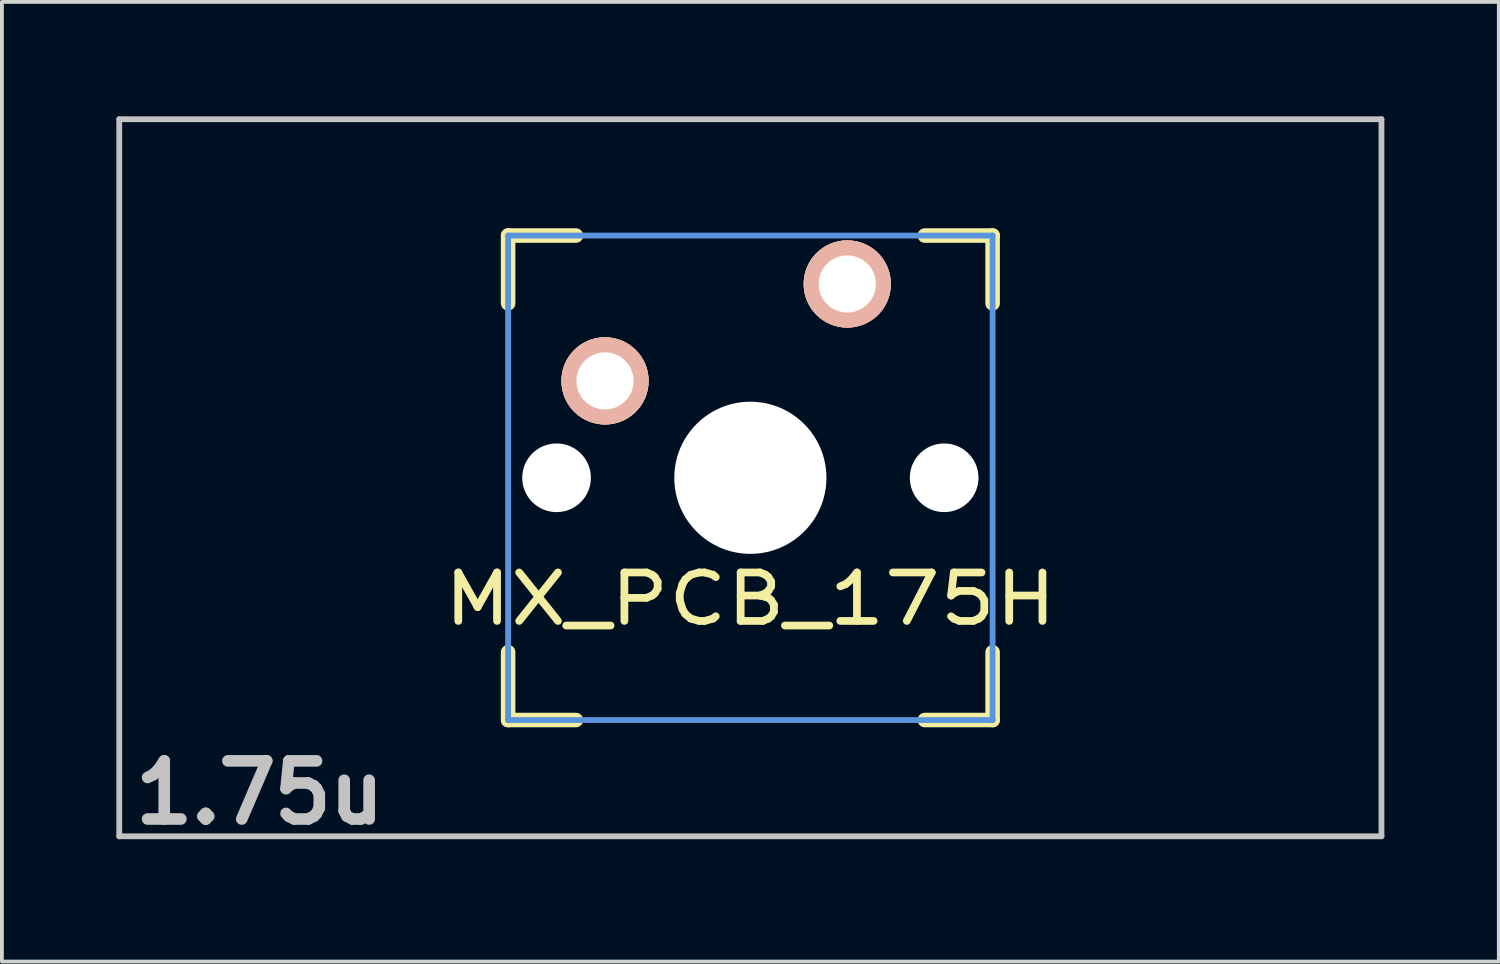
<source format=kicad_pcb>
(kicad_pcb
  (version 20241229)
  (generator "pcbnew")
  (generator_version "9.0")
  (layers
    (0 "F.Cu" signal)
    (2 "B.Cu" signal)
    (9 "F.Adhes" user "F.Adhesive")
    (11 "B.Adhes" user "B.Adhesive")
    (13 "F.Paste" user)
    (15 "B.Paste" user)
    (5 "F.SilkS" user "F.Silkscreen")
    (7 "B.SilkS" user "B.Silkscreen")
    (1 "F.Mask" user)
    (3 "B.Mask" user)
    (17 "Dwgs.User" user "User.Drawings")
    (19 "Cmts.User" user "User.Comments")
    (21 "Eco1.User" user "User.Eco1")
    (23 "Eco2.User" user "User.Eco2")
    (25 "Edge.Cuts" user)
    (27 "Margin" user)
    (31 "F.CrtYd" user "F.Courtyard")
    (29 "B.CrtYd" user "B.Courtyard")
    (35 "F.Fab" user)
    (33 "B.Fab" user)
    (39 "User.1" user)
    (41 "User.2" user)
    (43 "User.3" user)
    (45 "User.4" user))
  (footprint "MX_PCB_175H"
    (layer "F.Cu")
    (at 16.619 9.474)
    (property "Reference" "MX_PCB_175H" (at 0 3.175 0) (layer "F.SilkS") (effects (font (size 1.27 1.524) (thickness 0.203))))
    (attr through_hole)
    (fp_line (start -6.35 -6.35) (end -4.572 -6.35) (stroke (width 0.381) (type solid)) (layer "F.SilkS"))
    (fp_line (start -6.35 -4.572) (end -6.35 -6.35) (stroke (width 0.381) (type solid)) (layer "F.SilkS"))
    (fp_line (start -6.35 6.35) (end -6.35 4.572) (stroke (width 0.381) (type solid)) (layer "F.SilkS"))
    (fp_line (start -4.572 6.35) (end -6.35 6.35) (stroke (width 0.381) (type solid)) (layer "F.SilkS"))
    (fp_line (start 4.572 -6.35) (end 6.35 -6.35) (stroke (width 0.381) (type solid)) (layer "F.SilkS"))
    (fp_line (start 6.35 -6.35) (end 6.35 -4.572) (stroke (width 0.381) (type solid)) (layer "F.SilkS"))
    (fp_line (start 6.35 4.572) (end 6.35 6.35) (stroke (width 0.381) (type solid)) (layer "F.SilkS"))
    (fp_line (start 6.35 6.35) (end 4.572 6.35) (stroke (width 0.381) (type solid)) (layer "F.SilkS"))
    (fp_line (start -16.543 -9.398) (end 16.543 -9.398) (stroke (width 0.152) (type solid)) (layer "Dwgs.User"))
    (fp_line (start -16.543 9.398) (end -16.543 -9.398) (stroke (width 0.152) (type solid)) (layer "Dwgs.User"))
    (fp_line (start 16.543 -9.398) (end 16.543 9.398) (stroke (width 0.152) (type solid)) (layer "Dwgs.User"))
    (fp_line (start 16.543 9.398) (end -16.543 9.398) (stroke (width 0.152) (type solid)) (layer "Dwgs.User"))
    (fp_line (start -6.35 -6.35) (end 6.35 -6.35) (stroke (width 0.152) (type solid)) (layer "Cmts.User"))
    (fp_line (start -6.35 6.35) (end -6.35 -6.35) (stroke (width 0.152) (type solid)) (layer "Cmts.User"))
    (fp_line (start 6.35 -6.35) (end 6.35 6.35) (stroke (width 0.152) (type solid)) (layer "Cmts.User"))
    (fp_line (start 6.35 6.35) (end -6.35 6.35) (stroke (width 0.152) (type solid)) (layer "Cmts.User"))
    (fp_line (start -6.985 -6.985) (end 6.985 -6.985) (stroke (width 0.152) (type solid)) (layer "Eco2.User"))
    (fp_line (start -6.985 6.985) (end -6.985 -6.985) (stroke (width 0.152) (type solid)) (layer "Eco2.User"))
    (fp_line (start 6.985 -6.985) (end 6.985 6.985) (stroke (width 0.152) (type solid)) (layer "Eco2.User"))
    (fp_line (start 6.985 6.985) (end -6.985 6.985) (stroke (width 0.152) (type solid)) (layer "Eco2.User"))
    (fp_text user "1.75u" (at -12.86 8.255 0) (layer "Dwgs.User") (effects (font (size 1.524 1.524) (thickness 0.305))))
    (pad "" np_thru_hole circle (at -5.08 0) (size 1.8 1.8) (drill 1.8) (layers "*.Cu" "*.Mask"))
    (pad "" np_thru_hole circle (at 0 0) (size 3.988 3.988) (drill 3.988) (layers "*.Cu" "*.Mask"))
    (pad "" np_thru_hole circle (at 5.08 0) (size 1.8 1.8) (drill 1.8) (layers "*.Cu" "*.Mask"))
    (pad "1" thru_hole circle (at -3.81 -2.54) (size 2.286 2.286) (drill 1.499) (layers "*.Cu" "*.SilkS" "*.Mask"))
    (pad "2" thru_hole circle (at 2.54 -5.08) (size 2.286 2.286) (drill 1.499) (layers "*.Cu" "*.SilkS" "*.Mask")))
  (gr_rect
    (start -3 -3)
    (end 36.238 22.156)
    (stroke (width 0.1) (type default))
    (fill no)
    (layer "Edge.Cuts")))
</source>
